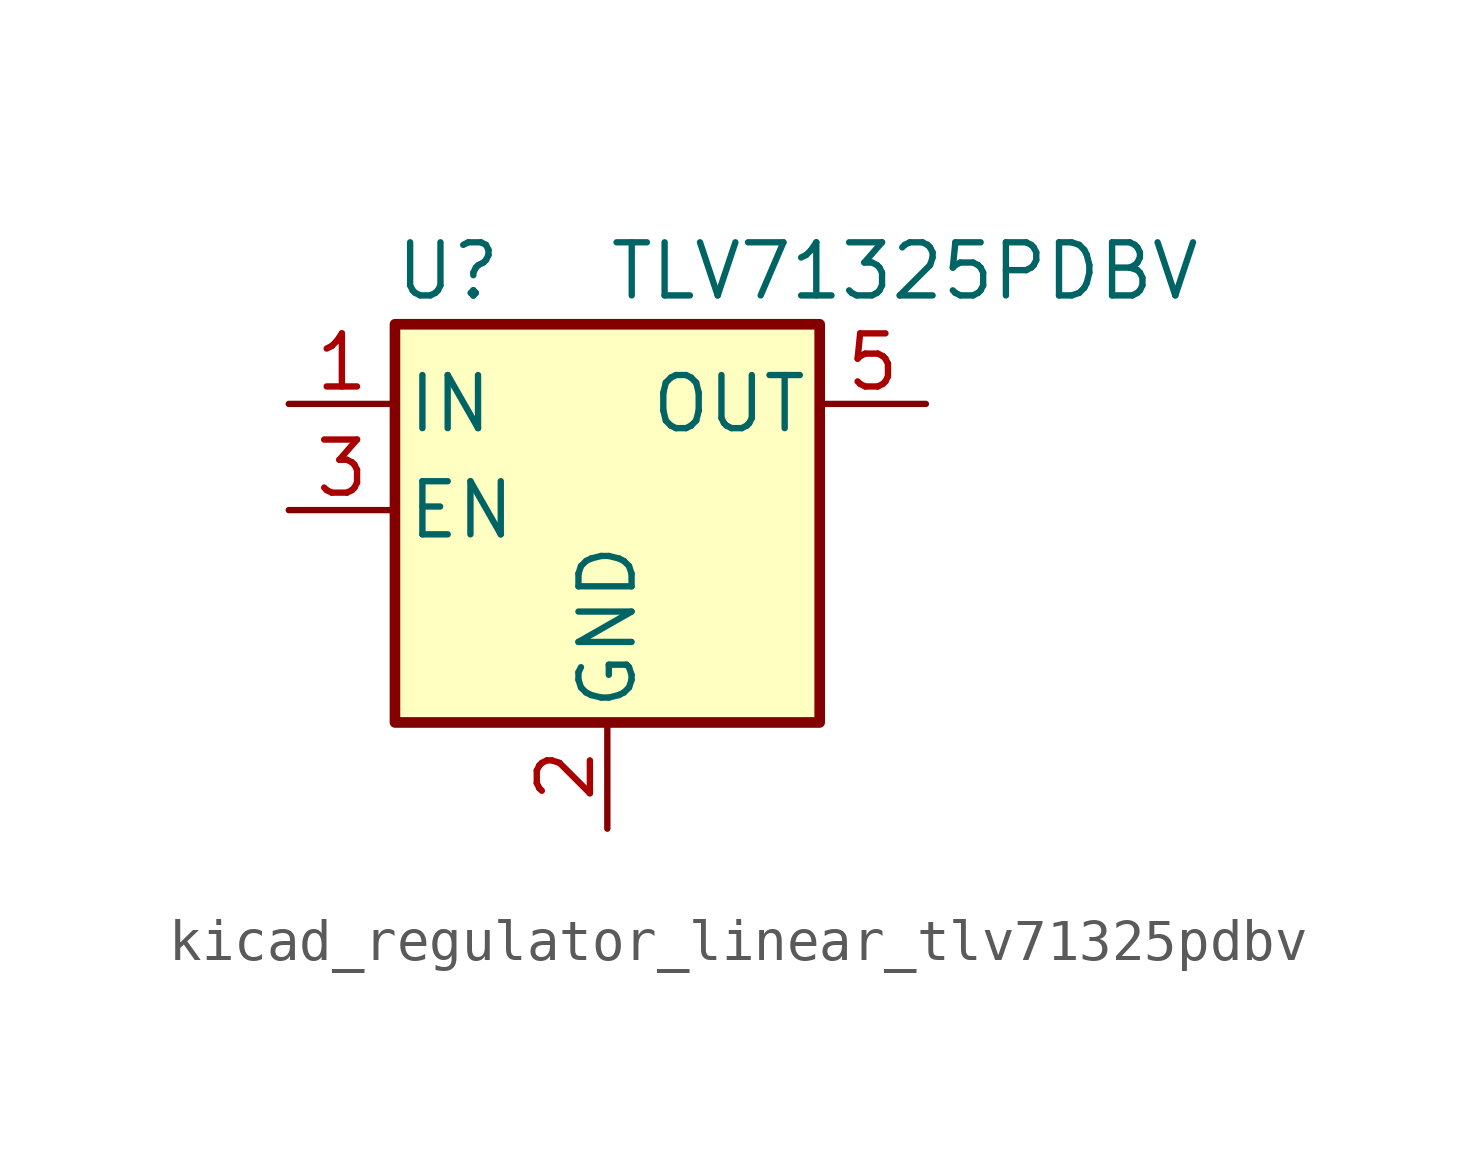
<source format=kicad_sym>
(kicad_symbol_lib
  (version 20220914)
  (generator kicad_symbol_editor)
  (symbol "kicad_regulator_linear_tlv71325pdbv"
    (pin_names
      (offset 0.254))
    (property "Reference" "U"
      (at -3.81 5.715 0)
      (effects (font (size 1.27 1.27))))
    (property "Value" "TLV71325PDBV"
      (at 0 5.715 0)
      (effects (font (size 1.27 1.27)) (justify left)))
    (symbol "kicad_regulator_linear_tlv71325pdbv_0_1"
      (rectangle (start -5.08 4.445) (end 5.08 -5.08) (stroke (width 0.254) (type default)) (fill (type background))))
    (symbol "kicad_regulator_linear_tlv71325pdbv_1_1"
      (pin power_in line (at -7.62 2.54 0) (length 2.54) (name "IN" (effects (font (size 1.27 1.27)))) (number "1" (effects (font (size 1.27 1.27)))))
      (pin power_in line (at 0 -7.62 90) (length 2.54) (name "GND" (effects (font (size 1.27 1.27)))) (number "2" (effects (font (size 1.27 1.27)))))
      (pin input line (at -7.62 0 0) (length 2.54) (name "EN" (effects (font (size 1.27 1.27)))) (number "3" (effects (font (size 1.27 1.27)))))
      (pin no_connect line (at 5.08 0 180) (length 2.54) hide (name "NC" (effects (font (size 1.27 1.27)))) (number "4" (effects (font (size 1.27 1.27)))))
      (pin power_out line (at 7.62 2.54 180) (length 2.54) (name "OUT" (effects (font (size 1.27 1.27)))) (number "5" (effects (font (size 1.27 1.27))))))))
</source>
